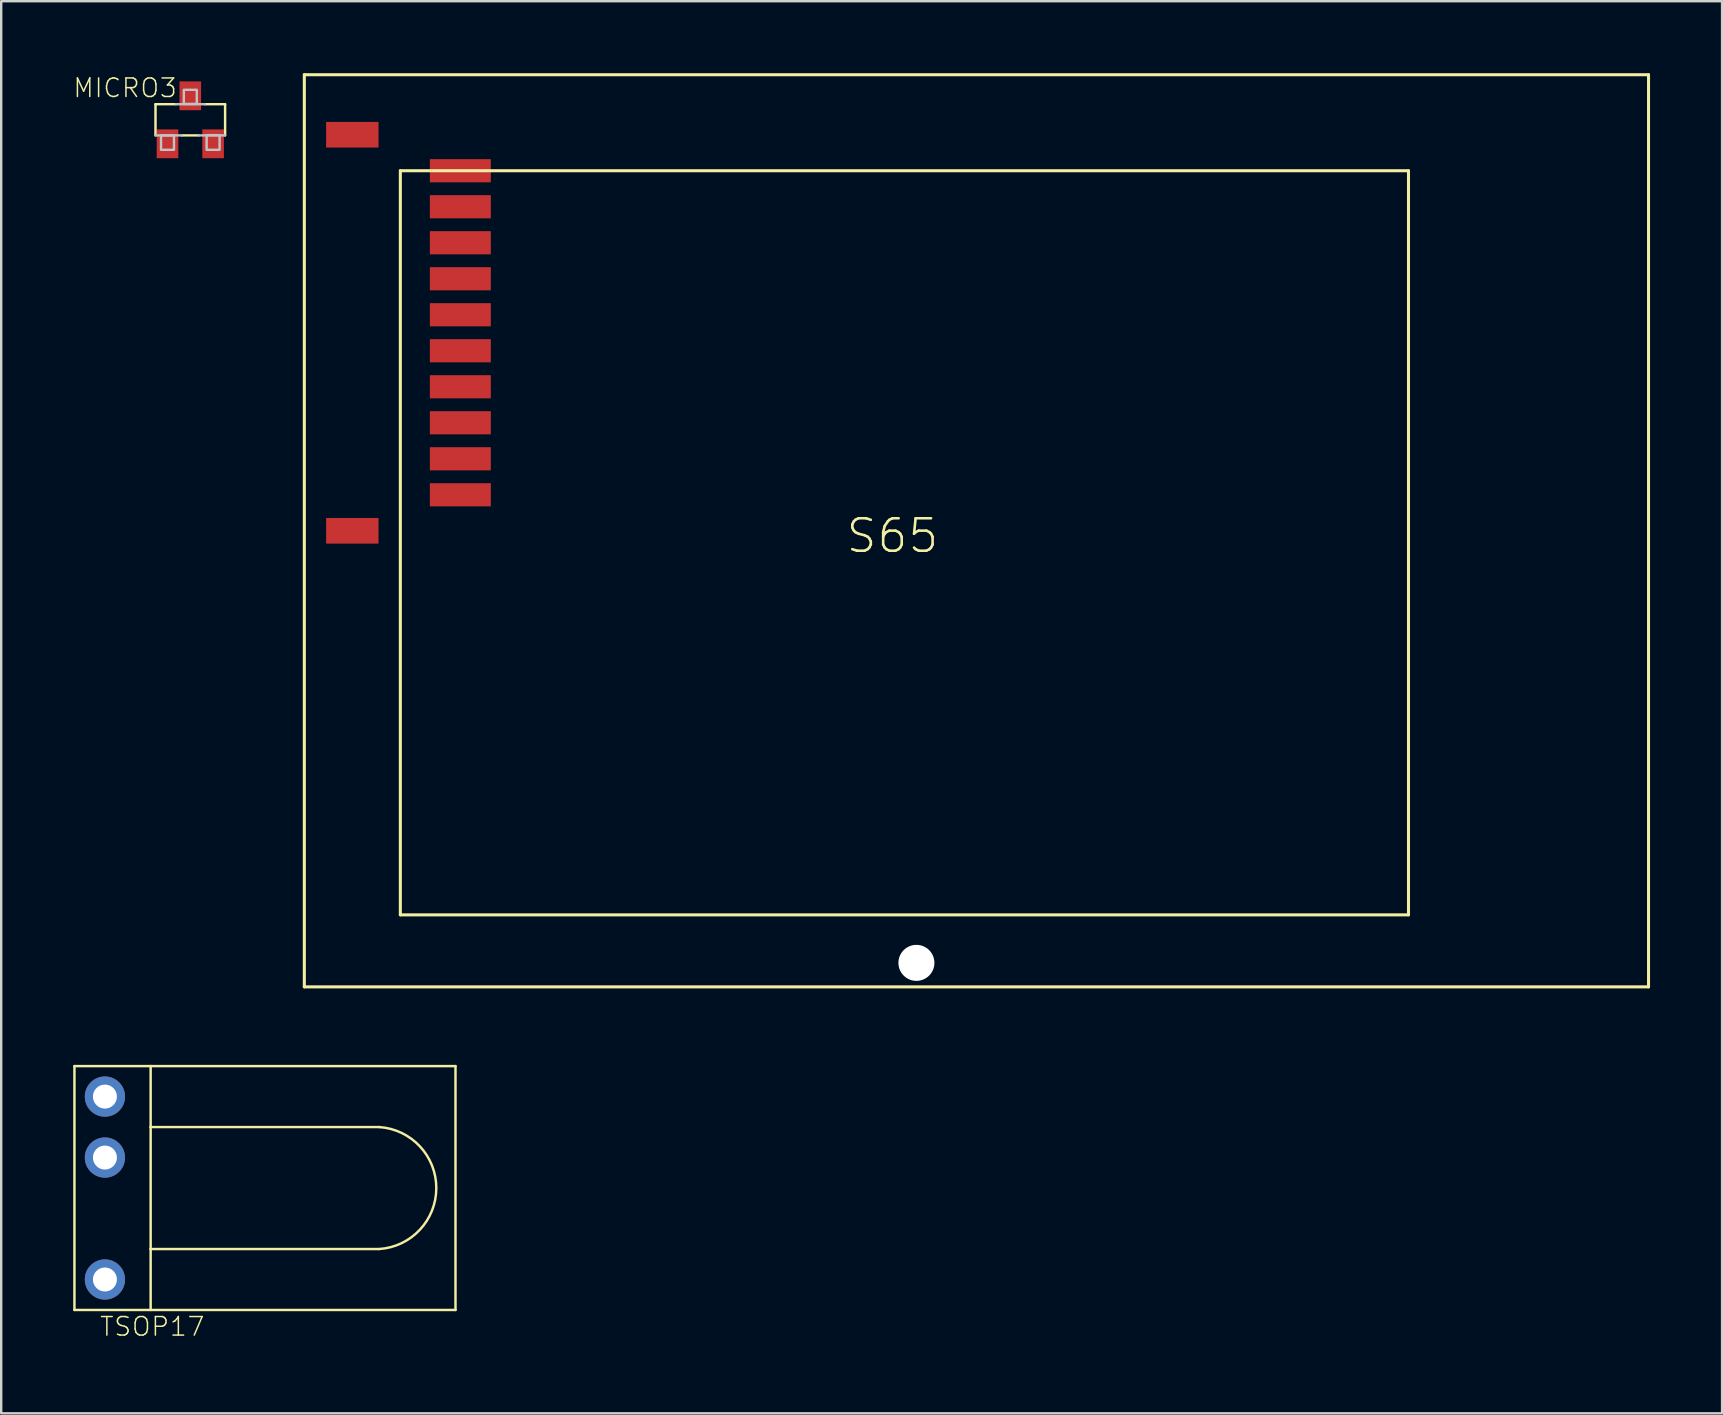
<source format=kicad_pcb>
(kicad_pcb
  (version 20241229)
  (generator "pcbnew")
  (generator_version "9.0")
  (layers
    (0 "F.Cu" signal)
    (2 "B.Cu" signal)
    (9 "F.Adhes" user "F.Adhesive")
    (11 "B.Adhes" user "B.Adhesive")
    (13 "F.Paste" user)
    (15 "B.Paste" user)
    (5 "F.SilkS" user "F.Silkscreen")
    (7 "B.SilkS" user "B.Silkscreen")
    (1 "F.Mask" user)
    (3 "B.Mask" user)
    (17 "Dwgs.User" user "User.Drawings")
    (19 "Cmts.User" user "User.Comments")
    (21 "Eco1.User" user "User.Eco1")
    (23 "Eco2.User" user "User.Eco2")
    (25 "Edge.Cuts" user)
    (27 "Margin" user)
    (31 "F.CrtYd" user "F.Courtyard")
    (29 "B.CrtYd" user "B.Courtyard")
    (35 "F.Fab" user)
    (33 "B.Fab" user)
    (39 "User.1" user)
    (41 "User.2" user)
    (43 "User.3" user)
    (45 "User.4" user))
  (footprint "S65"
    (layer "F.Cu")
    (at 9.628 38.063)
    (property "Reference" "S65" (at 22.5 -18 0) (layer "F.SilkS") (effects (font (size 1.351 1.351) (thickness 0.108)) (justify left bottom)))
    (attr through_hole)
    (fp_line (start 0 -38) (end 0 0) (stroke (width 0.127) (type solid)) (layer "F.SilkS"))
    (fp_line (start 0 0) (end 56 0) (stroke (width 0.127) (type solid)) (layer "F.SilkS"))
    (fp_line (start 4 -34) (end 46 -34) (stroke (width 0.127) (type solid)) (layer "F.SilkS"))
    (fp_line (start 4 -3) (end 4 -34) (stroke (width 0.127) (type solid)) (layer "F.SilkS"))
    (fp_line (start 46 -34) (end 46 -3) (stroke (width 0.127) (type solid)) (layer "F.SilkS"))
    (fp_line (start 46 -3) (end 4 -3) (stroke (width 0.127) (type solid)) (layer "F.SilkS"))
    (fp_line (start 56 -38) (end 0 -38) (stroke (width 0.127) (type solid)) (layer "F.SilkS"))
    (fp_line (start 56 0) (end 56 -38) (stroke (width 0.127) (type solid)) (layer "F.SilkS"))
    (pad "" np_thru_hole circle (at 25.5 -1) (size 1.5 1.5) (drill 1.5) (layers "*.Cu"))
    (pad "1V8" smd rect (at 6.5 -31) (size 2.54 0.965) (layers "F.Cu" "F.Mask" "F.Paste"))
    (pad "2V9" smd rect (at 6.5 -28) (size 2.54 0.965) (layers "F.Cu" "F.Mask" "F.Paste"))
    (pad "CLK" smd rect (at 6.5 -25) (size 2.54 0.965) (layers "F.Cu" "F.Mask" "F.Paste"))
    (pad "CS" smd rect (at 6.5 -23.5) (size 2.54 0.965) (layers "F.Cu" "F.Mask" "F.Paste"))
    (pad "DATA" smd rect (at 6.5 -26.5) (size 2.54 0.965) (layers "F.Cu" "F.Mask" "F.Paste"))
    (pad "GND" smd rect (at 6.5 -29.5) (size 2.54 0.965) (layers "F.Cu" "F.Mask" "F.Paste"))
    (pad "LED+" smd rect (at 6.5 -32.5) (size 2.54 0.965) (layers "F.Cu" "F.Mask" "F.Paste"))
    (pad "LED-" smd rect (at 6.5 -34) (size 2.54 0.965) (layers "F.Cu" "F.Mask" "F.Paste"))
    (pad "NC1" smd rect (at 2 -19) (size 2.184 1.067) (layers "F.Cu" "F.Mask" "F.Paste"))
    (pad "NC2" smd rect (at 2 -35.5) (size 2.184 1.067) (layers "F.Cu" "F.Mask" "F.Paste"))
    (pad "RS" smd rect (at 6.5 -20.5) (size 2.54 0.965) (layers "F.Cu" "F.Mask" "F.Paste"))
    (pad "RST" smd rect (at 6.5 -22) (size 2.54 0.965) (layers "F.Cu" "F.Mask" "F.Paste")))
  (footprint "TSOP17"
    (layer "F.Cu")
    (at 1.321 46.444)
    (property "Reference" "TSOP17" (at -0.254 6.223 0) (layer "F.SilkS") (effects (font (size 0.772 0.772) (thickness 0.062)) (justify left bottom)))
    (attr through_hole)
    (fp_line (start -1.27 -5.08) (end 1.905 -5.08) (stroke (width 0.102) (type solid)) (layer "F.SilkS"))
    (fp_line (start -1.27 5.08) (end -1.27 -5.08) (stroke (width 0.102) (type solid)) (layer "F.SilkS"))
    (fp_line (start 1.905 -5.08) (end 14.605 -5.08) (stroke (width 0.102) (type solid)) (layer "F.SilkS"))
    (fp_line (start 1.905 -2.54) (end 1.905 -5.08) (stroke (width 0.102) (type solid)) (layer "F.SilkS"))
    (fp_line (start 1.905 -2.54) (end 11.43 -2.54) (stroke (width 0.102) (type solid)) (layer "F.SilkS"))
    (fp_line (start 1.905 2.54) (end 1.905 -2.54) (stroke (width 0.102) (type solid)) (layer "F.SilkS"))
    (fp_line (start 1.905 5.08) (end 1.905 2.54) (stroke (width 0.102) (type solid)) (layer "F.SilkS"))
    (fp_line (start 11.43 2.54) (end 1.905 2.54) (stroke (width 0.102) (type solid)) (layer "F.SilkS"))
    (fp_line (start 14.605 -5.08) (end 14.605 5.08) (stroke (width 0.102) (type solid)) (layer "F.SilkS"))
    (fp_line (start 14.605 5.08) (end -1.27 5.08) (stroke (width 0.102) (type solid)) (layer "F.SilkS"))
    (fp_arc (start 11.43 -2.54) (mid 13.805308 0.000001) (end 11.429998 2.54) (stroke (width 0.1016) (type solid)) (layer "F.SilkS"))
    (pad "GND" thru_hole circle (at 0 -3.81) (size 1.676 1.676) (drill 1) (layers "*.Cu" "*.Mask"))
    (pad "VO" thru_hole circle (at 0 3.81) (size 1.676 1.676) (drill 1) (layers "*.Cu" "*.Mask"))
    (pad "VS" thru_hole circle (at 0 -1.27) (size 1.676 1.676) (drill 1) (layers "*.Cu" "*.Mask")))
  (footprint "MICRO3"
    (layer "F.Cu")
    (at 4.878 1.941)
    (property "Reference" "MICRO3" (at -0.508 -1.778 180) (layer "F.SilkS") (effects (font (size 0.772 0.772) (thickness 0.062)) (justify right top)))
    (attr through_hole)
    (fp_line (start -1.45 -0.65) (end -0.6 -0.65) (stroke (width 0.102) (type solid)) (layer "F.SilkS"))
    (fp_line (start -1.45 0.65) (end -1.45 -0.65) (stroke (width 0.102) (type solid)) (layer "F.SilkS"))
    (fp_line (start 0.35 0.65) (end -0.35 0.65) (stroke (width 0.102) (type solid)) (layer "F.SilkS"))
    (fp_line (start 0.6 -0.65) (end 1.45 -0.65) (stroke (width 0.102) (type solid)) (layer "F.SilkS"))
    (fp_line (start 1.45 -0.65) (end 1.45 0.65) (stroke (width 0.102) (type solid)) (layer "F.SilkS"))
    (fp_line (start -0.6 -0.65) (end 0.6 -0.65) (stroke (width 0.102) (type solid)) (layer "Dwgs.User"))
    (fp_line (start -0.35 0.65) (end -1.45 0.65) (stroke (width 0.102) (type solid)) (layer "Dwgs.User"))
    (fp_line (start 1.45 0.65) (end 0.35 0.65) (stroke (width 0.102) (type solid)) (layer "Dwgs.User"))
    (fp_poly (pts (xy -1.22 1.25) (xy -0.68 1.25) (xy -0.68 0.65) (xy -1.22 0.65)) (stroke (width 0.1) (type solid)) (fill no) (layer "Dwgs.User"))
    (fp_poly (pts (xy -0.27 -0.66) (xy 0.27 -0.66) (xy 0.27 -1.25) (xy -0.27 -1.25)) (stroke (width 0.1) (type solid)) (fill no) (layer "Dwgs.User"))
    (fp_poly (pts (xy 0.68 1.25) (xy 1.22 1.25) (xy 1.22 0.64) (xy 0.68 0.64)) (stroke (width 0.1) (type solid)) (fill no) (layer "Dwgs.User"))
    (pad "1" smd rect (at -0.95 1) (size 0.9 1.2) (layers "F.Cu" "F.Mask" "F.Paste"))
    (pad "2" smd rect (at 0.95 1) (size 0.9 1.2) (layers "F.Cu" "F.Mask" "F.Paste"))
    (pad "3" smd rect (at 0 -1) (size 0.9 1.2) (layers "F.Cu" "F.Mask" "F.Paste")))
  (gr_rect
    (start -3 -3)
    (end 68.692 55.83)
    (stroke (width 0.1) (type default))
    (fill no)
    (layer "Edge.Cuts")))
</source>
